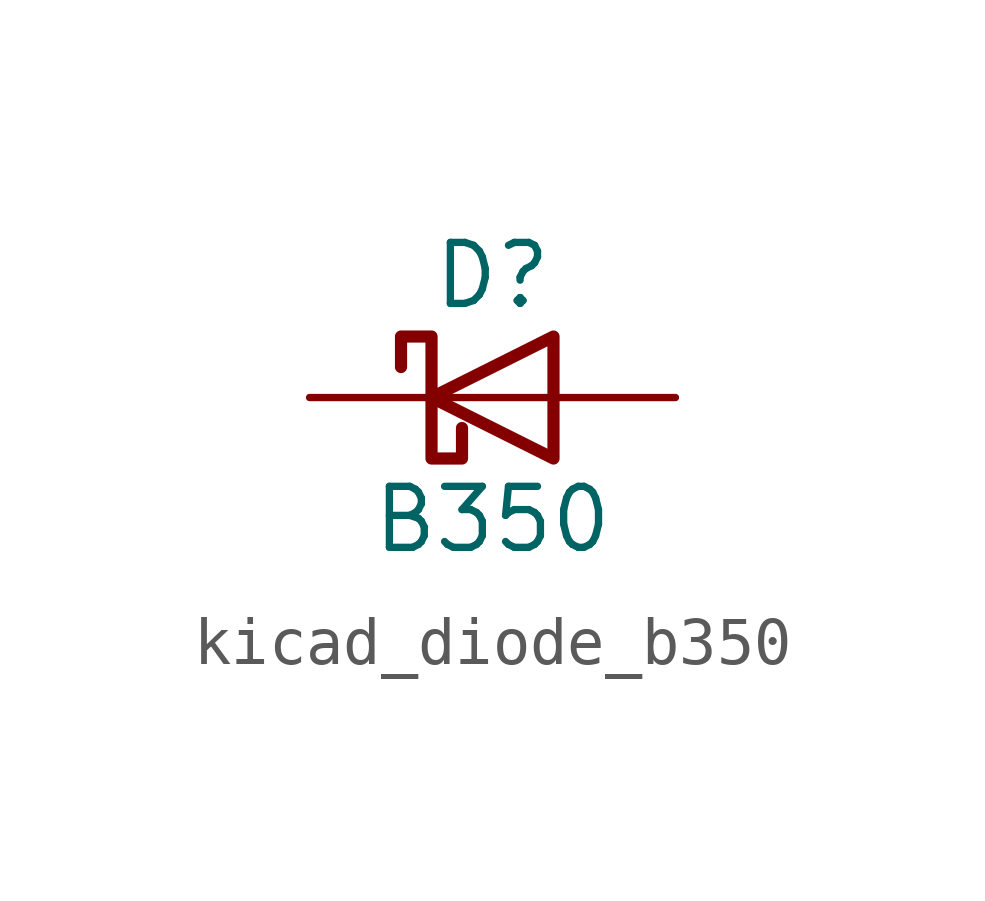
<source format=kicad_sym>
(kicad_symbol_lib
  (version 20220914)
  (generator kicad_symbol_editor)
  (symbol "kicad_diode_b350"
    (pin_numbers hide)
    (pin_names
      (offset 1.016) hide)
    (property "Reference" "D"
      (at 0 2.54 0)
      (effects (font (size 1.27 1.27))))
    (property "Value" "B350"
      (at 0 -2.54 0)
      (effects (font (size 1.27 1.27))))
    (symbol "kicad_diode_b350_0_1"
      (polyline (pts (xy 1.27 0) (xy -1.27 0)) (stroke (width 0) (type default)) (fill (type none)))
      (polyline (pts (xy 1.27 1.27) (xy 1.27 -1.27) (xy -1.27 0) (xy 1.27 1.27)) (stroke (width 0.254) (type default)) (fill (type none)))
      (polyline (pts (xy -1.905 0.635) (xy -1.905 1.27) (xy -1.27 1.27) (xy -1.27 -1.27) (xy -0.635 -1.27) (xy -0.635 -0.635)) (stroke (width 0.254) (type default)) (fill (type none))))
    (symbol "kicad_diode_b350_1_1"
      (pin passive line (at -3.81 0 0) (length 2.54) (name "K" (effects (font (size 1.27 1.27)))) (number "1" (effects (font (size 1.27 1.27)))))
      (pin passive line (at 3.81 0 180) (length 2.54) (name "A" (effects (font (size 1.27 1.27)))) (number "2" (effects (font (size 1.27 1.27))))))))
</source>
